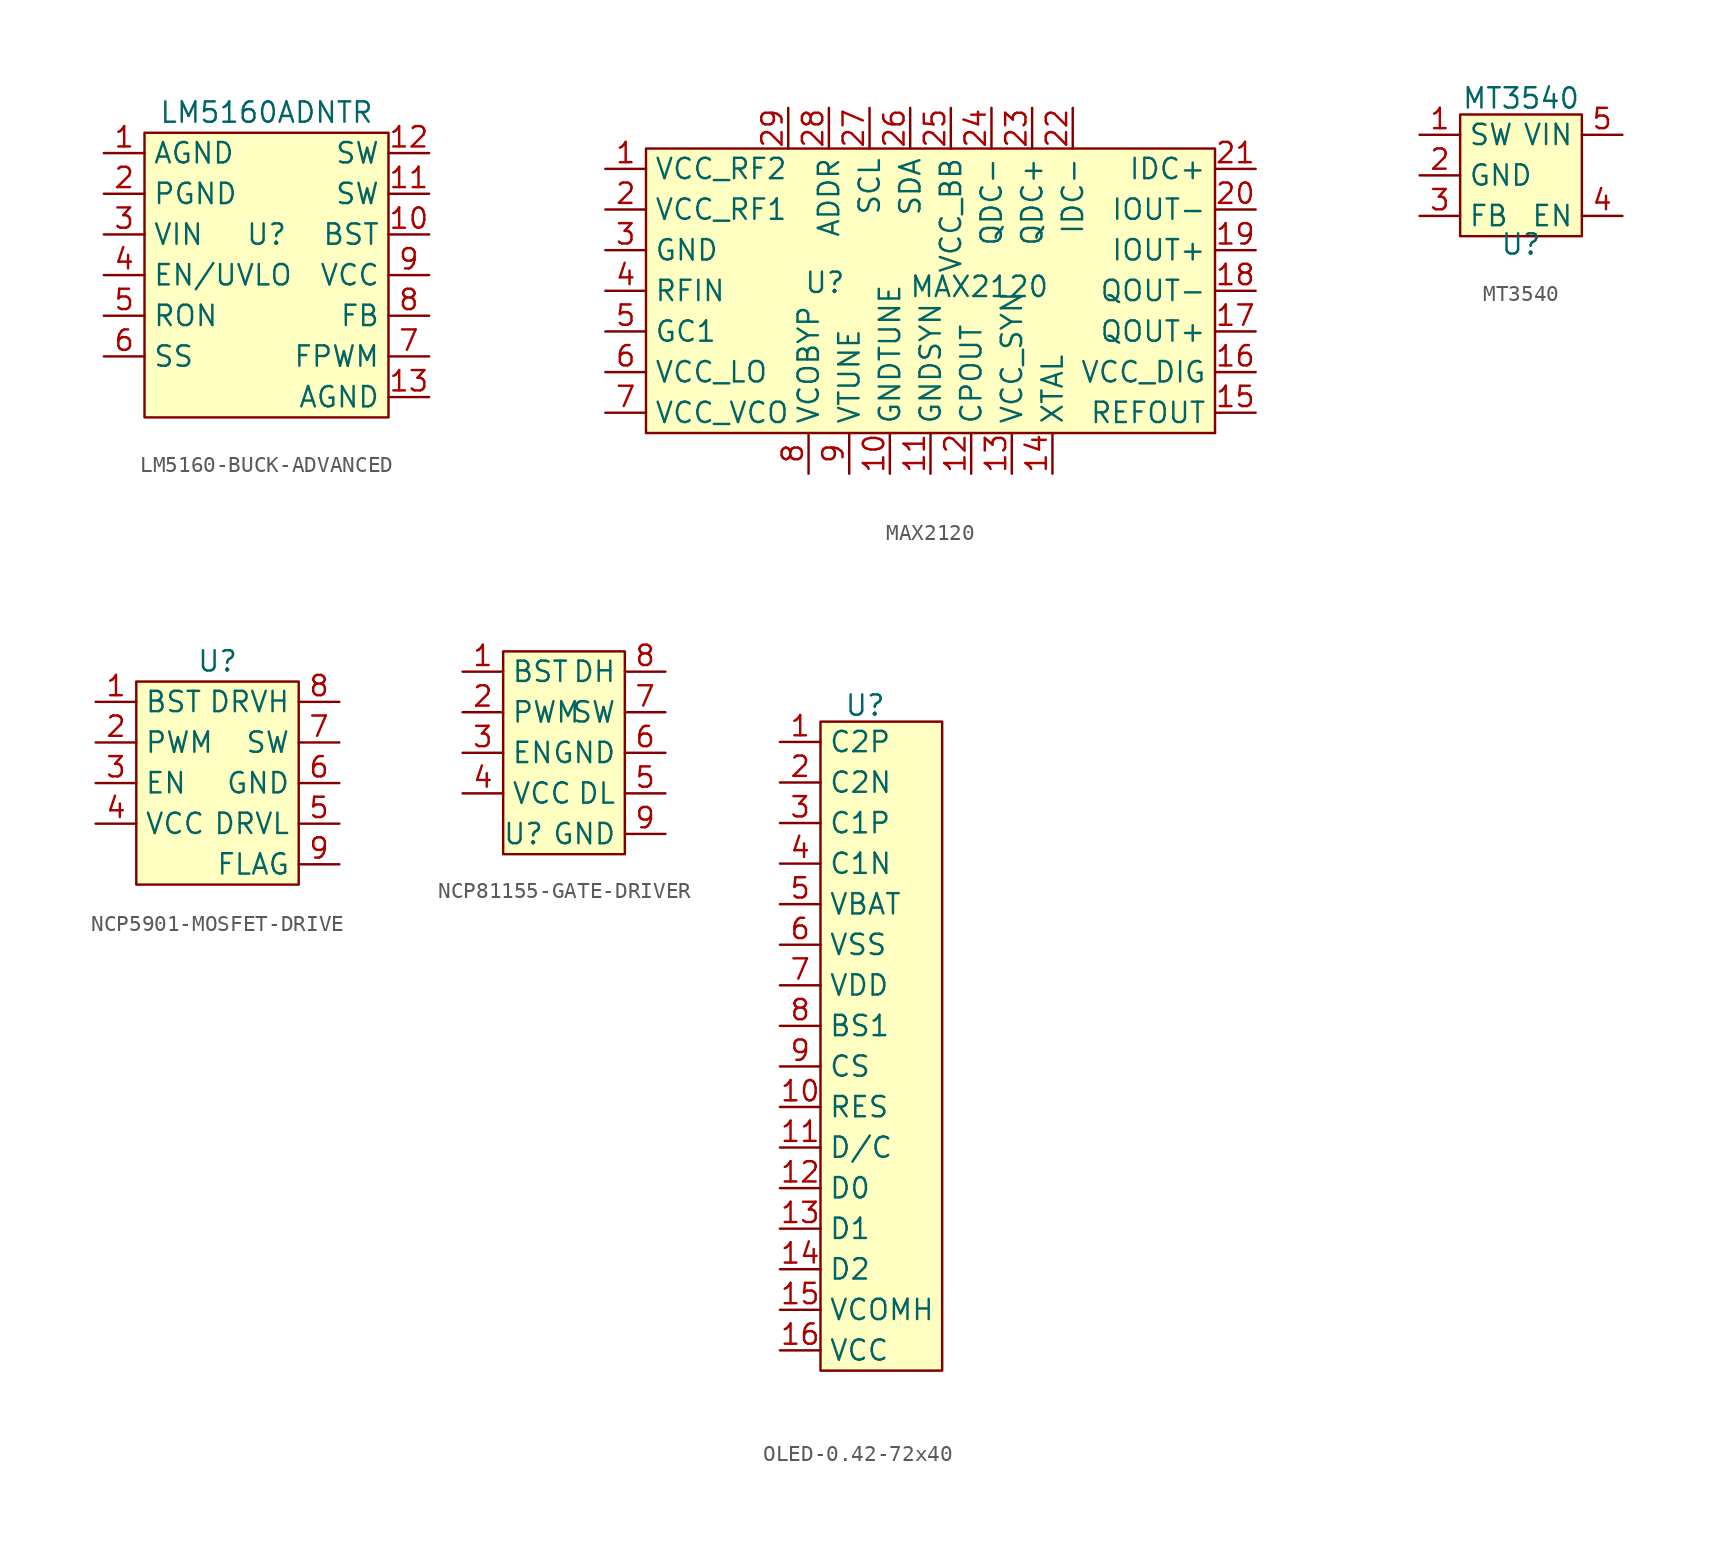
<source format=kicad_sym>
(kicad_symbol_lib
  (version 20241209)
  (generator "kicad_symbol_editor")
  (generator_version "9.0")
  (symbol "LM5160-BUCK-ADVANCED"
    (property "Reference" "U"
      (at 0 2.54 0)
      (effects (font (size 1.27 1.27))))
    (property "Value" "LM5160ADNTR"
      (at 0 10.16 0)
      (effects (font (size 1.27 1.27))))
    (symbol "LM5160-BUCK-ADVANCED_1_1"
      (rectangle (start -7.62 8.89) (end 7.62 -8.89) (stroke (width 0) (type default)) (fill (type background)))
      (pin bidirectional line (at -10.16 7.62 0) (length 2.54) (name "AGND" (effects (font (size 1.27 1.27)))) (number "1" (effects (font (size 1.27 1.27)))))
      (pin bidirectional line (at -10.16 5.08 0) (length 2.54) (name "PGND" (effects (font (size 1.27 1.27)))) (number "2" (effects (font (size 1.27 1.27)))))
      (pin bidirectional line (at -10.16 2.54 0) (length 2.54) (name "VIN" (effects (font (size 1.27 1.27)))) (number "3" (effects (font (size 1.27 1.27)))))
      (pin bidirectional line (at -10.16 0 0) (length 2.54) (name "EN/UVLO" (effects (font (size 1.27 1.27)))) (number "4" (effects (font (size 1.27 1.27)))))
      (pin bidirectional line (at -10.16 -2.54 0) (length 2.54) (name "RON" (effects (font (size 1.27 1.27)))) (number "5" (effects (font (size 1.27 1.27)))))
      (pin bidirectional line (at -10.16 -5.08 0) (length 2.54) (name "SS" (effects (font (size 1.27 1.27)))) (number "6" (effects (font (size 1.27 1.27)))))
      (pin bidirectional line (at 10.16 7.62 180) (length 2.54) (name "SW" (effects (font (size 1.27 1.27)))) (number "12" (effects (font (size 1.27 1.27)))))
      (pin bidirectional line (at 10.16 5.08 180) (length 2.54) (name "SW" (effects (font (size 1.27 1.27)))) (number "11" (effects (font (size 1.27 1.27)))))
      (pin bidirectional line (at 10.16 2.54 180) (length 2.54) (name "BST" (effects (font (size 1.27 1.27)))) (number "10" (effects (font (size 1.27 1.27)))))
      (pin bidirectional line (at 10.16 0 180) (length 2.54) (name "VCC" (effects (font (size 1.27 1.27)))) (number "9" (effects (font (size 1.27 1.27)))))
      (pin bidirectional line (at 10.16 -2.54 180) (length 2.54) (name "FB" (effects (font (size 1.27 1.27)))) (number "8" (effects (font (size 1.27 1.27)))))
      (pin bidirectional line (at 10.16 -5.08 180) (length 2.54) (name "FPWM" (effects (font (size 1.27 1.27)))) (number "7" (effects (font (size 1.27 1.27)))))
      (pin bidirectional line (at 10.16 -7.62 180) (length 2.54) (name "AGND" (effects (font (size 1.27 1.27)))) (number "13" (effects (font (size 1.27 1.27)))))))
  (symbol "MAX2120"
    (property "Reference" "U"
      (at -7.874 0.508 0)
      (effects (font (size 1.27 1.27))))
    (property "Value" "MAX2120"
      (at 1.778 0.254 0)
      (effects (font (size 1.27 1.27))))
    (symbol "MAX2120_0_1"
      (rectangle (start 16.51 -8.89) (end 16.51 -8.89) (stroke (width 0) (type default)) (fill (type none))))
    (symbol "MAX2120_1_1"
      (rectangle (start -19.05 8.89) (end 16.51 -8.89) (stroke (width 0) (type default)) (fill (type background)))
      (pin bidirectional line (at -21.59 7.62 0) (length 2.54) (name "VCC_RF2" (effects (font (size 1.27 1.27)))) (number "1" (effects (font (size 1.27 1.27)))))
      (pin bidirectional line (at -21.59 5.08 0) (length 2.54) (name "VCC_RF1" (effects (font (size 1.27 1.27)))) (number "2" (effects (font (size 1.27 1.27)))))
      (pin bidirectional line (at -21.59 2.54 0) (length 2.54) (name "GND" (effects (font (size 1.27 1.27)))) (number "3" (effects (font (size 1.27 1.27)))))
      (pin bidirectional line (at -21.59 0 0) (length 2.54) (name "RFIN" (effects (font (size 1.27 1.27)))) (number "4" (effects (font (size 1.27 1.27)))))
      (pin bidirectional line (at -21.59 -2.54 0) (length 2.54) (name "GC1" (effects (font (size 1.27 1.27)))) (number "5" (effects (font (size 1.27 1.27)))))
      (pin bidirectional line (at -21.59 -5.08 0) (length 2.54) (name "VCC_LO" (effects (font (size 1.27 1.27)))) (number "6" (effects (font (size 1.27 1.27)))))
      (pin bidirectional line (at -21.59 -7.62 0) (length 2.54) (name "VCC_VCO" (effects (font (size 1.27 1.27)))) (number "7" (effects (font (size 1.27 1.27)))))
      (pin bidirectional line (at -10.16 11.43 270) (length 2.54) (name "~" (effects (font (size 1.27 1.27)))) (number "29" (effects (font (size 1.27 1.27)))))
      (pin bidirectional line (at -8.89 -11.43 90) (length 2.54) (name "VCOBYP" (effects (font (size 1.27 1.27)))) (number "8" (effects (font (size 1.27 1.27)))))
      (pin bidirectional line (at -7.62 11.43 270) (length 2.54) (name "ADDR" (effects (font (size 1.27 1.27)))) (number "28" (effects (font (size 1.27 1.27)))))
      (pin bidirectional line (at -6.35 -11.43 90) (length 2.54) (name "VTUNE" (effects (font (size 1.27 1.27)))) (number "9" (effects (font (size 1.27 1.27)))))
      (pin bidirectional line (at -5.08 11.43 270) (length 2.54) (name "SCL" (effects (font (size 1.27 1.27)))) (number "27" (effects (font (size 1.27 1.27)))))
      (pin bidirectional line (at -3.81 -11.43 90) (length 2.54) (name "GNDTUNE" (effects (font (size 1.27 1.27)))) (number "10" (effects (font (size 1.27 1.27)))))
      (pin bidirectional line (at -2.54 11.43 270) (length 2.54) (name "SDA" (effects (font (size 1.27 1.27)))) (number "26" (effects (font (size 1.27 1.27)))))
      (pin bidirectional line (at -1.27 -11.43 90) (length 2.54) (name "GNDSYN" (effects (font (size 1.27 1.27)))) (number "11" (effects (font (size 1.27 1.27)))))
      (pin bidirectional line (at 0 11.43 270) (length 2.54) (name "VCC_BB" (effects (font (size 1.27 1.27)))) (number "25" (effects (font (size 1.27 1.27)))))
      (pin bidirectional line (at 1.27 -11.43 90) (length 2.54) (name "CPOUT" (effects (font (size 1.27 1.27)))) (number "12" (effects (font (size 1.27 1.27)))))
      (pin bidirectional line (at 2.54 11.43 270) (length 2.54) (name "QDC-" (effects (font (size 1.27 1.27)))) (number "24" (effects (font (size 1.27 1.27)))))
      (pin bidirectional line (at 3.81 -11.43 90) (length 2.54) (name "VCC_SYN" (effects (font (size 1.27 1.27)))) (number "13" (effects (font (size 1.27 1.27)))))
      (pin bidirectional line (at 5.08 11.43 270) (length 2.54) (name "QDC+" (effects (font (size 1.27 1.27)))) (number "23" (effects (font (size 1.27 1.27)))))
      (pin bidirectional line (at 6.35 -11.43 90) (length 2.54) (name "XTAL" (effects (font (size 1.27 1.27)))) (number "14" (effects (font (size 1.27 1.27)))))
      (pin bidirectional line (at 7.62 11.43 270) (length 2.54) (name "IDC-" (effects (font (size 1.27 1.27)))) (number "22" (effects (font (size 1.27 1.27)))))
      (pin bidirectional line (at 19.05 7.62 180) (length 2.54) (name "IDC+" (effects (font (size 1.27 1.27)))) (number "21" (effects (font (size 1.27 1.27)))))
      (pin bidirectional line (at 19.05 5.08 180) (length 2.54) (name "IOUT-" (effects (font (size 1.27 1.27)))) (number "20" (effects (font (size 1.27 1.27)))))
      (pin bidirectional line (at 19.05 2.54 180) (length 2.54) (name "IOUT+" (effects (font (size 1.27 1.27)))) (number "19" (effects (font (size 1.27 1.27)))))
      (pin bidirectional line (at 19.05 0 180) (length 2.54) (name "QOUT-" (effects (font (size 1.27 1.27)))) (number "18" (effects (font (size 1.27 1.27)))))
      (pin bidirectional line (at 19.05 -2.54 180) (length 2.54) (name "QOUT+" (effects (font (size 1.27 1.27)))) (number "17" (effects (font (size 1.27 1.27)))))
      (pin bidirectional line (at 19.05 -5.08 180) (length 2.54) (name "VCC_DIG" (effects (font (size 1.27 1.27)))) (number "16" (effects (font (size 1.27 1.27)))))
      (pin bidirectional line (at 19.05 -7.62 180) (length 2.54) (name "REFOUT" (effects (font (size 1.27 1.27)))) (number "15" (effects (font (size 1.27 1.27)))))))
  (symbol "MT3540"
    (property "Reference" "U"
      (at 0 -4.318 0)
      (effects (font (size 1.27 1.27))))
    (property "Value" "MT3540"
      (at 0 4.826 0)
      (effects (font (size 1.27 1.27))))
    (symbol "MT3540_1_1"
      (rectangle (start -3.81 3.81) (end 3.81 -3.81) (stroke (width 0) (type default)) (fill (type background)))
      (pin input line (at -6.35 2.54 0) (length 2.54) (name "SW" (effects (font (size 1.27 1.27)))) (number "1" (effects (font (size 1.27 1.27)))))
      (pin input line (at -6.35 0 0) (length 2.54) (name "GND" (effects (font (size 1.27 1.27)))) (number "2" (effects (font (size 1.27 1.27)))))
      (pin input line (at -6.35 -2.54 0) (length 2.54) (name "FB" (effects (font (size 1.27 1.27)))) (number "3" (effects (font (size 1.27 1.27)))))
      (pin input line (at 6.35 2.54 180) (length 2.54) (name "VIN" (effects (font (size 1.27 1.27)))) (number "5" (effects (font (size 1.27 1.27)))))
      (pin input line (at 6.35 -2.54 180) (length 2.54) (name "EN" (effects (font (size 1.27 1.27)))) (number "4" (effects (font (size 1.27 1.27)))))))
  (symbol "NCP5901-MOSFET-DRIVE"
    (property "Reference" "U"
      (at 0 6.35 0)
      (effects (font (size 1.27 1.27))))
    (property "Value" ""
      (at 0 0 0)
      (effects (font (size 1.27 1.27))))
    (symbol "NCP5901-MOSFET-DRIVE_1_1"
      (rectangle (start -5.08 5.08) (end 5.08 -7.62) (stroke (width 0) (type default)) (fill (type background)))
      (pin bidirectional line (at -7.62 3.81 0) (length 2.54) (name "BST" (effects (font (size 1.27 1.27)))) (number "1" (effects (font (size 1.27 1.27)))))
      (pin bidirectional line (at -7.62 1.27 0) (length 2.54) (name "PWM" (effects (font (size 1.27 1.27)))) (number "2" (effects (font (size 1.27 1.27)))))
      (pin bidirectional line (at -7.62 -1.27 0) (length 2.54) (name "EN" (effects (font (size 1.27 1.27)))) (number "3" (effects (font (size 1.27 1.27)))))
      (pin bidirectional line (at -7.62 -3.81 0) (length 2.54) (name "VCC" (effects (font (size 1.27 1.27)))) (number "4" (effects (font (size 1.27 1.27)))))
      (pin bidirectional line (at 7.62 3.81 180) (length 2.54) (name "DRVH" (effects (font (size 1.27 1.27)))) (number "8" (effects (font (size 1.27 1.27)))))
      (pin bidirectional line (at 7.62 1.27 180) (length 2.54) (name "SW" (effects (font (size 1.27 1.27)))) (number "7" (effects (font (size 1.27 1.27)))))
      (pin bidirectional line (at 7.62 -1.27 180) (length 2.54) (name "GND" (effects (font (size 1.27 1.27)))) (number "6" (effects (font (size 1.27 1.27)))))
      (pin bidirectional line (at 7.62 -3.81 180) (length 2.54) (name "DRVL" (effects (font (size 1.27 1.27)))) (number "5" (effects (font (size 1.27 1.27)))))
      (pin bidirectional line (at 7.62 -6.35 180) (length 2.54) (name "FLAG" (effects (font (size 1.27 1.27)))) (number "9" (effects (font (size 1.27 1.27)))))))
  (symbol "NCP81155-GATE-DRIVER"
    (property "Reference" "U"
      (at -2.54 -6.35 0)
      (effects (font (size 1.27 1.27))))
    (property "Value" ""
      (at 0 0 0)
      (effects (font (size 1.27 1.27))))
    (symbol "NCP81155-GATE-DRIVER_1_1"
      (rectangle (start -3.81 5.08) (end 3.81 -7.62) (stroke (width 0) (type default)) (fill (type background)))
      (pin bidirectional line (at -6.35 3.81 0) (length 2.54) (name "BST" (effects (font (size 1.27 1.27)))) (number "1" (effects (font (size 1.27 1.27)))))
      (pin bidirectional line (at -6.35 1.27 0) (length 2.54) (name "PWM" (effects (font (size 1.27 1.27)))) (number "2" (effects (font (size 1.27 1.27)))))
      (pin bidirectional line (at -6.35 -1.27 0) (length 2.54) (name "EN" (effects (font (size 1.27 1.27)))) (number "3" (effects (font (size 1.27 1.27)))))
      (pin bidirectional line (at -6.35 -3.81 0) (length 2.54) (name "VCC" (effects (font (size 1.27 1.27)))) (number "4" (effects (font (size 1.27 1.27)))))
      (pin bidirectional line (at 6.35 3.81 180) (length 2.54) (name "DH" (effects (font (size 1.27 1.27)))) (number "8" (effects (font (size 1.27 1.27)))))
      (pin bidirectional line (at 6.35 1.27 180) (length 2.54) (name "SW" (effects (font (size 1.27 1.27)))) (number "7" (effects (font (size 1.27 1.27)))))
      (pin bidirectional line (at 6.35 -1.27 180) (length 2.54) (name "GND" (effects (font (size 1.27 1.27)))) (number "6" (effects (font (size 1.27 1.27)))))
      (pin bidirectional line (at 6.35 -3.81 180) (length 2.54) (name "DL" (effects (font (size 1.27 1.27)))) (number "5" (effects (font (size 1.27 1.27)))))
      (pin bidirectional line (at 6.35 -6.35 180) (length 2.54) (name "GND" (effects (font (size 1.27 1.27)))) (number "9" (effects (font (size 1.27 1.27)))))))
  (symbol "OLED-0.42-72x40"
    (property "Reference" "U"
      (at -1.016 21.336 0)
      (effects (font (size 1.27 1.27))))
    (property "Value" ""
      (at 1.27 8.89 0)
      (effects (font (size 1.27 1.27))))
    (symbol "OLED-0.42-72x40_1_1"
      (rectangle (start -3.81 20.32) (end 3.81 -20.32) (stroke (width 0) (type default)) (fill (type background)))
      (pin bidirectional line (at -6.35 19.05 0) (length 2.54) (name "C2P" (effects (font (size 1.27 1.27)))) (number "1" (effects (font (size 1.27 1.27)))))
      (pin bidirectional line (at -6.35 16.51 0) (length 2.54) (name "C2N" (effects (font (size 1.27 1.27)))) (number "2" (effects (font (size 1.27 1.27)))))
      (pin bidirectional line (at -6.35 13.97 0) (length 2.54) (name "C1P" (effects (font (size 1.27 1.27)))) (number "3" (effects (font (size 1.27 1.27)))))
      (pin bidirectional line (at -6.35 11.43 0) (length 2.54) (name "C1N" (effects (font (size 1.27 1.27)))) (number "4" (effects (font (size 1.27 1.27)))))
      (pin bidirectional line (at -6.35 8.89 0) (length 2.54) (name "VBAT" (effects (font (size 1.27 1.27)))) (number "5" (effects (font (size 1.27 1.27)))))
      (pin bidirectional line (at -6.35 6.35 0) (length 2.54) (name "VSS" (effects (font (size 1.27 1.27)))) (number "6" (effects (font (size 1.27 1.27)))))
      (pin bidirectional line (at -6.35 3.81 0) (length 2.54) (name "VDD" (effects (font (size 1.27 1.27)))) (number "7" (effects (font (size 1.27 1.27)))))
      (pin bidirectional line (at -6.35 1.27 0) (length 2.54) (name "BS1" (effects (font (size 1.27 1.27)))) (number "8" (effects (font (size 1.27 1.27)))))
      (pin bidirectional line (at -6.35 -1.27 0) (length 2.54) (name "CS" (effects (font (size 1.27 1.27)))) (number "9" (effects (font (size 1.27 1.27)))))
      (pin bidirectional line (at -6.35 -3.81 0) (length 2.54) (name "RES" (effects (font (size 1.27 1.27)))) (number "10" (effects (font (size 1.27 1.27)))))
      (pin bidirectional line (at -6.35 -6.35 0) (length 2.54) (name "D/C" (effects (font (size 1.27 1.27)))) (number "11" (effects (font (size 1.27 1.27)))))
      (pin bidirectional line (at -6.35 -8.89 0) (length 2.54) (name "D0" (effects (font (size 1.27 1.27)))) (number "12" (effects (font (size 1.27 1.27)))))
      (pin bidirectional line (at -6.35 -11.43 0) (length 2.54) (name "D1" (effects (font (size 1.27 1.27)))) (number "13" (effects (font (size 1.27 1.27)))))
      (pin bidirectional line (at -6.35 -13.97 0) (length 2.54) (name "D2" (effects (font (size 1.27 1.27)))) (number "14" (effects (font (size 1.27 1.27)))))
      (pin bidirectional line (at -6.35 -16.51 0) (length 2.54) (name "VCOMH" (effects (font (size 1.27 1.27)))) (number "15" (effects (font (size 1.27 1.27)))))
      (pin bidirectional line (at -6.35 -19.05 0) (length 2.54) (name "VCC" (effects (font (size 1.27 1.27)))) (number "16" (effects (font (size 1.27 1.27))))))))
</source>
